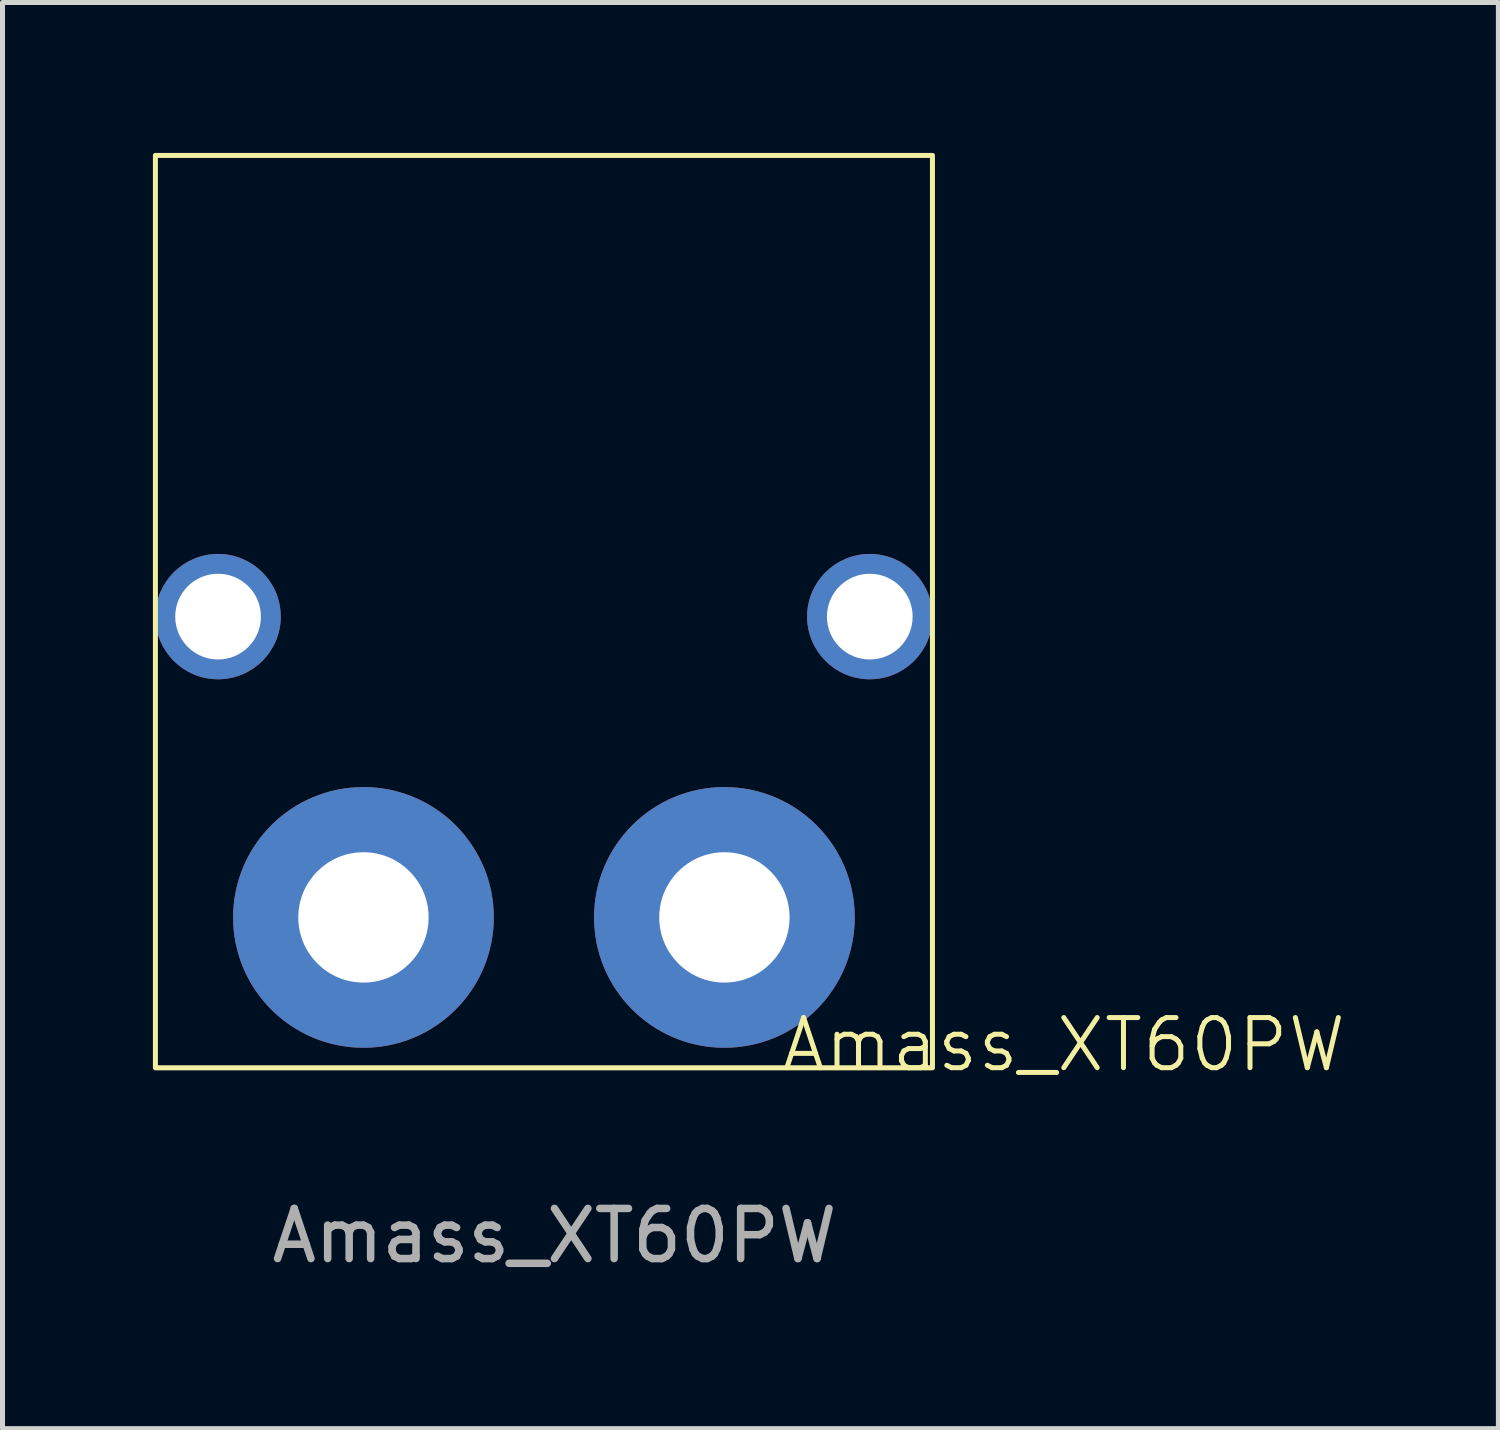
<source format=kicad_pcb>
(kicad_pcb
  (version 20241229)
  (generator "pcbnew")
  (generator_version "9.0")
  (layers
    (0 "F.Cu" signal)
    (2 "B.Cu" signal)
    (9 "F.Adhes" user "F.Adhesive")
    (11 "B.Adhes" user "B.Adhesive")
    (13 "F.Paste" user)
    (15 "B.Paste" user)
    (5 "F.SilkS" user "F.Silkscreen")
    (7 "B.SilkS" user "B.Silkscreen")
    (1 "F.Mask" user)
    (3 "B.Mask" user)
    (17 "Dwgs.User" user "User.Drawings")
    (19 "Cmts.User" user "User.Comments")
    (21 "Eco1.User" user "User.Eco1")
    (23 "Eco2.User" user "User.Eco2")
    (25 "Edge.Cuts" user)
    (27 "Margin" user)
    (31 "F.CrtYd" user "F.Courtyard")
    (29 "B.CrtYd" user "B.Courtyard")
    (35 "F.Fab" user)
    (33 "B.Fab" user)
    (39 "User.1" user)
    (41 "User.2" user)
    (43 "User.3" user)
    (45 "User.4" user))
  (footprint "Amass_XT60PW"
    (layer "F.Cu")
    (at 4.2 15.25)
    (property "Reference" "Amass_XT60PW" (at 13.97 2.54 0) (unlocked yes) (layer "F.SilkS") (effects (font (size 1 1) (thickness 0.1))))
    (attr through_hole)
    (fp_rect (start -4.15 -15.2) (end 11.35 3) (stroke (width 0.1) (type default)) (fill no) (layer "F.SilkS"))
    (fp_text user "${REFERENCE}" (at 3.81 6.35 0) (unlocked yes) (layer "F.Fab") (effects (font (size 1 1) (thickness 0.15))))
    (pad "1" thru_hole circle (at 0 0) (size 5.2 5.2) (drill 2.6) (layers "*.Cu" "*.Mask"))
    (pad "2" thru_hole circle (at 7.2 0) (size 5.2 5.2) (drill 2.6) (layers "*.Cu" "*.Mask"))
    (pad "3" thru_hole circle (at -2.9 -6) (size 2.5 2.5) (drill 1.71) (layers "*.Cu" "*.Mask"))
    (pad "4" thru_hole circle (at 10.1 -6) (size 2.5 2.5) (drill 1.71) (layers "*.Cu" "*.Mask")))
  (gr_rect
    (start -3 -3)
    (end 26.839 25.448)
    (stroke (width 0.1) (type default))
    (fill no)
    (layer "Edge.Cuts")))
</source>
